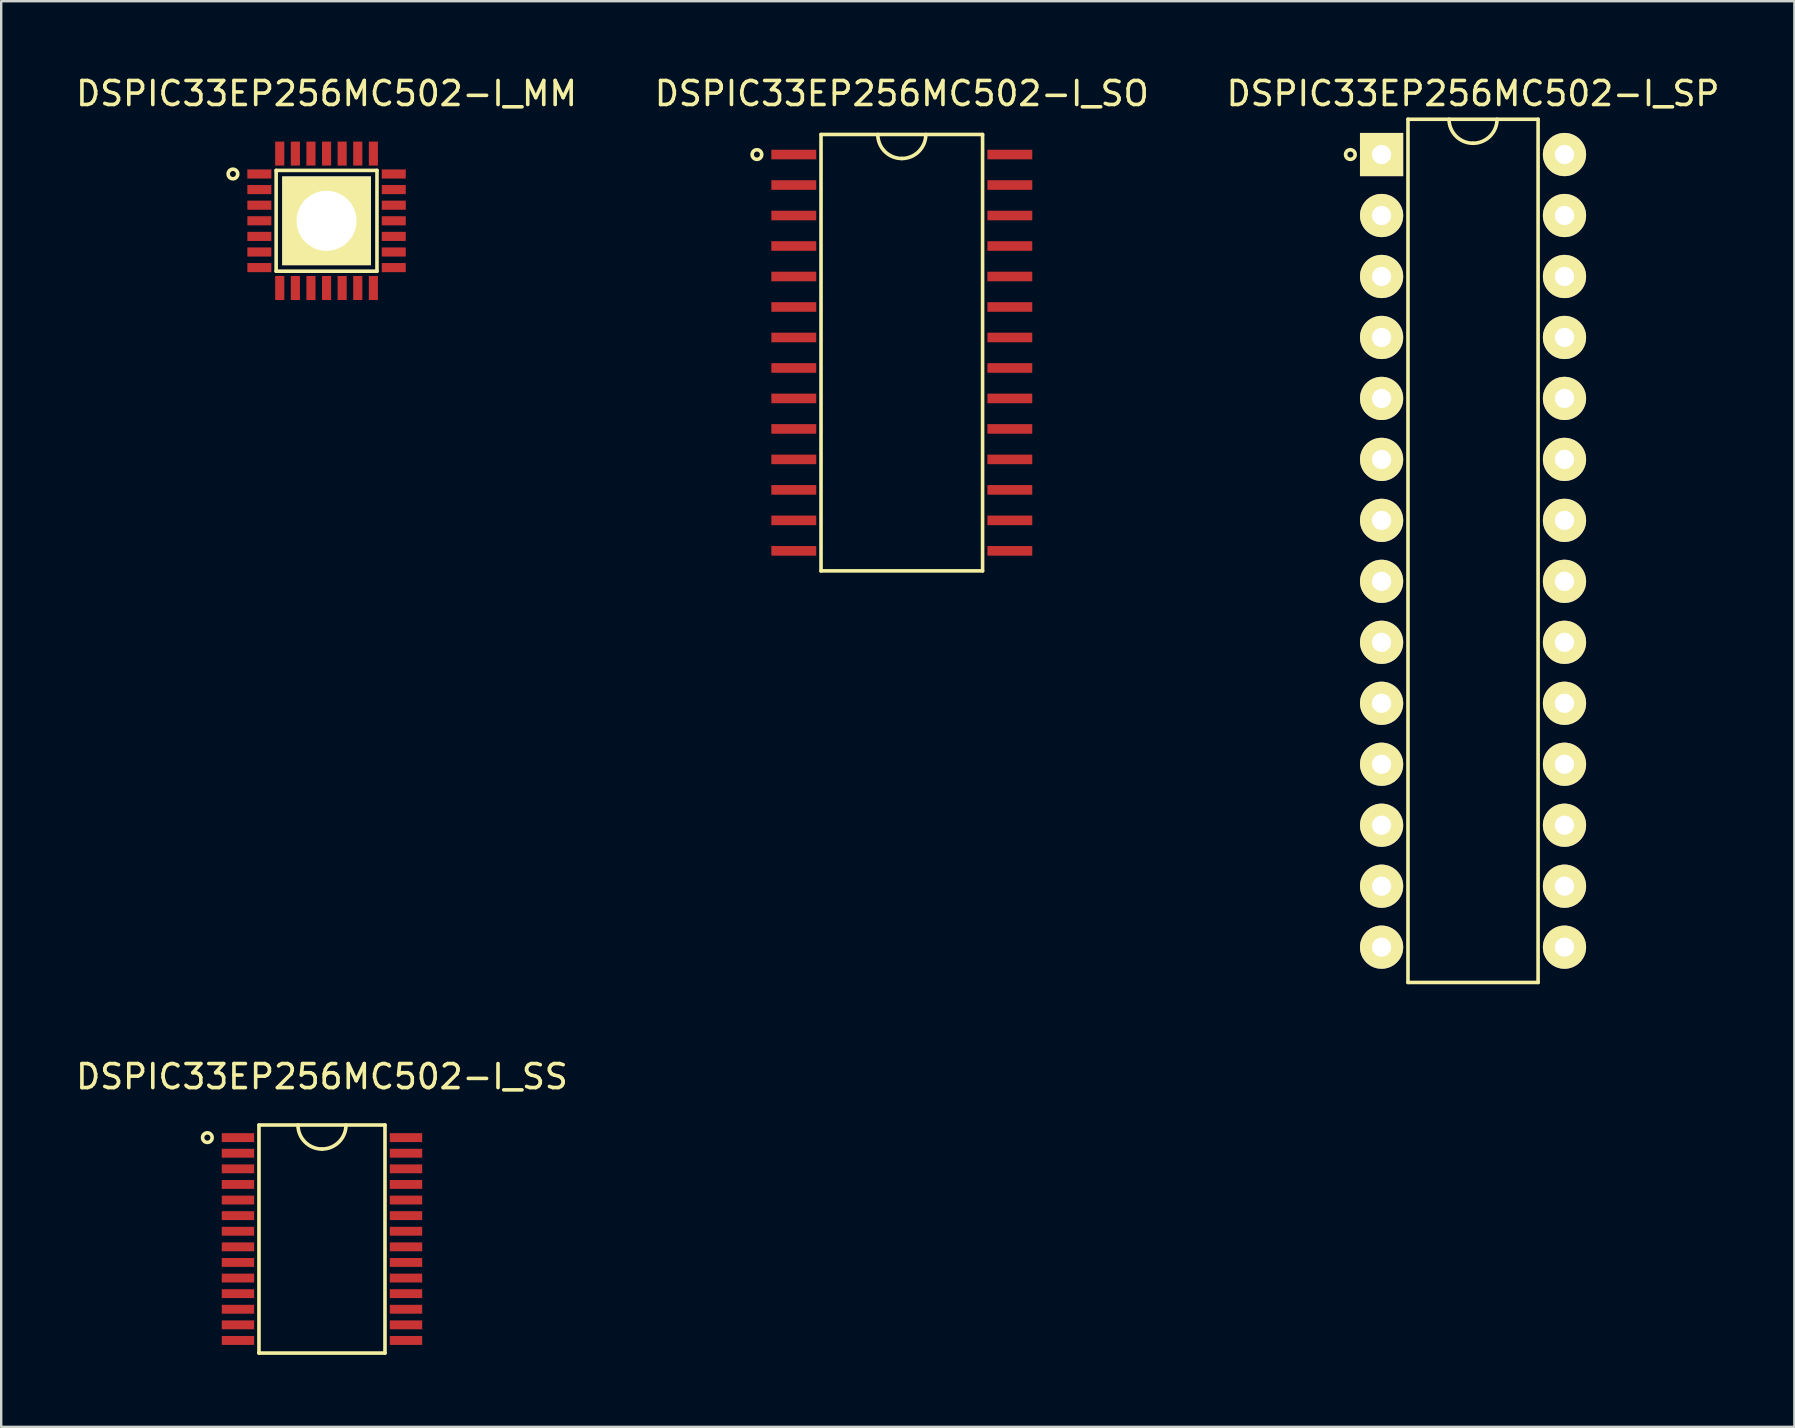
<source format=kicad_pcb>
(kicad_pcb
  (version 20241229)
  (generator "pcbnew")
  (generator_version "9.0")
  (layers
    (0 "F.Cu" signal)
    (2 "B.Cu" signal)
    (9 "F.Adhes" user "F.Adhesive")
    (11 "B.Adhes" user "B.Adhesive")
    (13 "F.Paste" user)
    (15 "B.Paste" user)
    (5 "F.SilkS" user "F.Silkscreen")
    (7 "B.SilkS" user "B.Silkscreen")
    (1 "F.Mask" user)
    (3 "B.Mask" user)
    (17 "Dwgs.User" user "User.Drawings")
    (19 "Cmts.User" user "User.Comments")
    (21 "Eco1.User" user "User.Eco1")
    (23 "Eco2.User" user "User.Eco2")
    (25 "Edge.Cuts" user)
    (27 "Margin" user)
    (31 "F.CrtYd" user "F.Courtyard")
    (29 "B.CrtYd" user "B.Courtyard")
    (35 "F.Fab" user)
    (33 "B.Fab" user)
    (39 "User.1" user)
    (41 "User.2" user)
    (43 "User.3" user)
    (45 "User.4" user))
  (footprint "DSPIC33EP256MC502-I_SO"
    (layer "F.Cu")
    (at 30.018 3.388)
    (property "Reference" "DSPIC33EP256MC502-I_SO" (at 4.5 -2.54 0) (layer "F.SilkS") (effects (font (size 1 1) (thickness 0.15))))
    (attr through_hole)
    (fp_line (start 1.135 -0.835) (end 7.865 -0.835) (stroke (width 0.15) (type solid)) (layer "F.SilkS"))
    (fp_line (start 1.135 17.345) (end 1.135 -0.835) (stroke (width 0.15) (type solid)) (layer "F.SilkS"))
    (fp_line (start 7.865 -0.835) (end 7.865 17.345) (stroke (width 0.15) (type solid)) (layer "F.SilkS"))
    (fp_line (start 7.865 17.345) (end 1.135 17.345) (stroke (width 0.15) (type solid)) (layer "F.SilkS"))
    (fp_arc (start 4.5 0.165) (mid 3.792893 -0.127893) (end 3.5 -0.835) (stroke (width 0.15) (type solid)) (layer "F.SilkS"))
    (fp_arc (start 5.5 -0.835) (mid 5.207107 -0.127893) (end 4.5 0.165) (stroke (width 0.15) (type solid)) (layer "F.SilkS"))
    (fp_circle (center -1.535 0) (end -1.535 0.2) (stroke (width 0.15) (type solid)) (fill no) (layer "F.SilkS"))
    (pad "1" smd rect (at 0 0) (size 1.87 0.4) (layers "F.Cu" "F.Mask" "F.Paste"))
    (pad "2" smd rect (at 0 1.27) (size 1.87 0.4) (layers "F.Cu" "F.Mask" "F.Paste"))
    (pad "3" smd rect (at 0 2.54) (size 1.87 0.4) (layers "F.Cu" "F.Mask" "F.Paste"))
    (pad "4" smd rect (at 0 3.81) (size 1.87 0.4) (layers "F.Cu" "F.Mask" "F.Paste"))
    (pad "5" smd rect (at 0 5.08) (size 1.87 0.4) (layers "F.Cu" "F.Mask" "F.Paste"))
    (pad "6" smd rect (at 0 6.35) (size 1.87 0.4) (layers "F.Cu" "F.Mask" "F.Paste"))
    (pad "7" smd rect (at 0 7.62) (size 1.87 0.4) (layers "F.Cu" "F.Mask" "F.Paste"))
    (pad "8" smd rect (at 0 8.89) (size 1.87 0.4) (layers "F.Cu" "F.Mask" "F.Paste"))
    (pad "9" smd rect (at 0 10.16) (size 1.87 0.4) (layers "F.Cu" "F.Mask" "F.Paste"))
    (pad "10" smd rect (at 0 11.43) (size 1.87 0.4) (layers "F.Cu" "F.Mask" "F.Paste"))
    (pad "11" smd rect (at 0 12.7) (size 1.87 0.4) (layers "F.Cu" "F.Mask" "F.Paste"))
    (pad "12" smd rect (at 0 13.97) (size 1.87 0.4) (layers "F.Cu" "F.Mask" "F.Paste"))
    (pad "13" smd rect (at 0 15.24) (size 1.87 0.4) (layers "F.Cu" "F.Mask" "F.Paste"))
    (pad "14" smd rect (at 0 16.51) (size 1.87 0.4) (layers "F.Cu" "F.Mask" "F.Paste"))
    (pad "15" smd rect (at 9 16.51) (size 1.87 0.4) (layers "F.Cu" "F.Mask" "F.Paste"))
    (pad "16" smd rect (at 9 15.24) (size 1.87 0.4) (layers "F.Cu" "F.Mask" "F.Paste"))
    (pad "17" smd rect (at 9 13.97) (size 1.87 0.4) (layers "F.Cu" "F.Mask" "F.Paste"))
    (pad "18" smd rect (at 9 12.7) (size 1.87 0.4) (layers "F.Cu" "F.Mask" "F.Paste"))
    (pad "19" smd rect (at 9 11.43) (size 1.87 0.4) (layers "F.Cu" "F.Mask" "F.Paste"))
    (pad "20" smd rect (at 9 10.16) (size 1.87 0.4) (layers "F.Cu" "F.Mask" "F.Paste"))
    (pad "21" smd rect (at 9 8.89) (size 1.87 0.4) (layers "F.Cu" "F.Mask" "F.Paste"))
    (pad "22" smd rect (at 9 7.62) (size 1.87 0.4) (layers "F.Cu" "F.Mask" "F.Paste"))
    (pad "23" smd rect (at 9 6.35) (size 1.87 0.4) (layers "F.Cu" "F.Mask" "F.Paste"))
    (pad "24" smd rect (at 9 5.08) (size 1.87 0.4) (layers "F.Cu" "F.Mask" "F.Paste"))
    (pad "25" smd rect (at 9 3.81) (size 1.87 0.4) (layers "F.Cu" "F.Mask" "F.Paste"))
    (pad "26" smd rect (at 9 2.54) (size 1.87 0.4) (layers "F.Cu" "F.Mask" "F.Paste"))
    (pad "27" smd rect (at 9 1.27) (size 1.87 0.4) (layers "F.Cu" "F.Mask" "F.Paste"))
    (pad "28" smd rect (at 9 0) (size 1.87 0.4) (layers "F.Cu" "F.Mask" "F.Paste")))
  (footprint "DSPIC33EP256MC502-I_MM"
    (layer "F.Cu")
    (at 7.754 3.348)
    (property "Reference" "DSPIC33EP256MC502-I_MM" (at 2.8 -2.5 0) (layer "F.SilkS") (effects (font (size 1 1) (thickness 0.15))))
    (attr through_hole)
    (fp_line (start 0.7 0.7) (end 0.7 4.9) (stroke (width 0.15) (type solid)) (layer "F.SilkS"))
    (fp_line (start 0.7 0.7) (end 4.9 0.7) (stroke (width 0.15) (type solid)) (layer "F.SilkS"))
    (fp_line (start 0.7 4.9) (end 4.9 4.9) (stroke (width 0.15) (type solid)) (layer "F.SilkS"))
    (fp_line (start 4.9 4.9) (end 4.9 0.7) (stroke (width 0.15) (type solid)) (layer "F.SilkS"))
    (fp_circle (center -1.1 0.85) (end -1.1 0.65) (stroke (width 0.15) (type solid)) (fill no) (layer "F.SilkS"))
    (fp_circle (center 1.7 1.7) (end 1.7 1.2) (stroke (width 0.15) (type solid)) (fill no) (layer "F.SilkS"))
    (pad "1" smd rect (at 0 0.85) (size 1 0.38) (layers "F.Cu" "F.Mask" "F.Paste"))
    (pad "2" smd rect (at 0 1.5) (size 1 0.38) (layers "F.Cu" "F.Mask" "F.Paste"))
    (pad "3" smd rect (at 0 2.15) (size 1 0.38) (layers "F.Cu" "F.Mask" "F.Paste"))
    (pad "4" smd rect (at 0 2.8) (size 1 0.38) (layers "F.Cu" "F.Mask" "F.Paste"))
    (pad "5" smd rect (at 0 3.45) (size 1 0.38) (layers "F.Cu" "F.Mask" "F.Paste"))
    (pad "6" smd rect (at 0 4.1) (size 1 0.38) (layers "F.Cu" "F.Mask" "F.Paste"))
    (pad "7" smd rect (at 0 4.75) (size 1 0.38) (layers "F.Cu" "F.Mask" "F.Paste"))
    (pad "8" smd rect (at 0.85 5.6) (size 0.38 1) (layers "F.Cu" "F.Mask" "F.Paste"))
    (pad "9" smd rect (at 1.5 5.6) (size 0.38 1) (layers "F.Cu" "F.Mask" "F.Paste"))
    (pad "10" smd rect (at 2.15 5.6) (size 0.38 1) (layers "F.Cu" "F.Mask" "F.Paste"))
    (pad "11" smd rect (at 2.8 5.6) (size 0.38 1) (layers "F.Cu" "F.Mask" "F.Paste"))
    (pad "12" smd rect (at 3.45 5.6) (size 0.38 1) (layers "F.Cu" "F.Mask" "F.Paste"))
    (pad "13" smd rect (at 4.1 5.6) (size 0.38 1) (layers "F.Cu" "F.Mask" "F.Paste"))
    (pad "14" smd rect (at 4.75 5.6) (size 0.38 1) (layers "F.Cu" "F.Mask" "F.Paste"))
    (pad "15" smd rect (at 5.6 4.75) (size 1 0.38) (layers "F.Cu" "F.Mask" "F.Paste"))
    (pad "16" smd rect (at 5.6 4.1) (size 1 0.38) (layers "F.Cu" "F.Mask" "F.Paste"))
    (pad "17" smd rect (at 5.6 3.45) (size 1 0.38) (layers "F.Cu" "F.Mask" "F.Paste"))
    (pad "18" smd rect (at 5.6 2.8) (size 1 0.38) (layers "F.Cu" "F.Mask" "F.Paste"))
    (pad "19" smd rect (at 5.6 2.15) (size 1 0.38) (layers "F.Cu" "F.Mask" "F.Paste"))
    (pad "20" smd rect (at 5.6 1.5) (size 1 0.38) (layers "F.Cu" "F.Mask" "F.Paste"))
    (pad "21" smd rect (at 5.6 0.85) (size 1 0.38) (layers "F.Cu" "F.Mask" "F.Paste"))
    (pad "22" smd rect (at 4.75 0) (size 0.38 1) (layers "F.Cu" "F.Mask" "F.Paste"))
    (pad "23" smd rect (at 4.1 0) (size 0.38 1) (layers "F.Cu" "F.Mask" "F.Paste"))
    (pad "24" smd rect (at 3.45 0) (size 0.38 1) (layers "F.Cu" "F.Mask" "F.Paste"))
    (pad "25" smd rect (at 2.8 0) (size 0.38 1) (layers "F.Cu" "F.Mask" "F.Paste"))
    (pad "26" smd rect (at 2.15 0) (size 0.38 1) (layers "F.Cu" "F.Mask" "F.Paste"))
    (pad "27" smd rect (at 1.5 0) (size 0.38 1) (layers "F.Cu" "F.Mask" "F.Paste"))
    (pad "28" smd rect (at 0.85 0) (size 0.38 1) (layers "F.Cu" "F.Mask" "F.Paste"))
    (pad "999" thru_hole rect (at 2.8 2.8) (size 3.7 3.7) (drill 2.5) (layers "*.Cu" "*.Mask" "F.SilkS")))
  (footprint "DSPIC33EP256MC502-I_SP"
    (layer "F.Cu")
    (at 54.505 3.388)
    (property "Reference" "DSPIC33EP256MC502-I_SP" (at 3.81 -2.54 0) (layer "F.SilkS") (effects (font (size 1 1) (thickness 0.15))))
    (attr through_hole)
    (fp_line (start 1.1 -1.47) (end 6.52 -1.47) (stroke (width 0.15) (type solid)) (layer "F.SilkS"))
    (fp_line (start 1.1 34.49) (end 1.1 -1.47) (stroke (width 0.15) (type solid)) (layer "F.SilkS"))
    (fp_line (start 6.52 -1.47) (end 6.52 34.49) (stroke (width 0.15) (type solid)) (layer "F.SilkS"))
    (fp_line (start 6.52 34.49) (end 1.1 34.49) (stroke (width 0.15) (type solid)) (layer "F.SilkS"))
    (fp_arc (start 3.81 -0.47) (mid 3.102893 -0.762893) (end 2.81 -1.47) (stroke (width 0.15) (type solid)) (layer "F.SilkS"))
    (fp_arc (start 4.81 -1.47) (mid 4.517107 -0.762893) (end 3.81 -0.47) (stroke (width 0.15) (type solid)) (layer "F.SilkS"))
    (fp_circle (center -1.3 0) (end -1.3 0.2) (stroke (width 0.15) (type solid)) (fill no) (layer "F.SilkS"))
    (pad "1" thru_hole rect (at 0 0) (size 1.8 1.8) (drill 0.8) (layers "*.Cu" "*.Mask" "F.SilkS"))
    (pad "2" thru_hole circle (at 0 2.54) (size 1.8 1.8) (drill 0.8) (layers "*.Cu" "*.Mask" "F.SilkS"))
    (pad "3" thru_hole circle (at 0 5.08) (size 1.8 1.8) (drill 0.8) (layers "*.Cu" "*.Mask" "F.SilkS"))
    (pad "4" thru_hole circle (at 0 7.62) (size 1.8 1.8) (drill 0.8) (layers "*.Cu" "*.Mask" "F.SilkS"))
    (pad "5" thru_hole circle (at 0 10.16) (size 1.8 1.8) (drill 0.8) (layers "*.Cu" "*.Mask" "F.SilkS"))
    (pad "6" thru_hole circle (at 0 12.7) (size 1.8 1.8) (drill 0.8) (layers "*.Cu" "*.Mask" "F.SilkS"))
    (pad "7" thru_hole circle (at 0 15.24) (size 1.8 1.8) (drill 0.8) (layers "*.Cu" "*.Mask" "F.SilkS"))
    (pad "8" thru_hole circle (at 0 17.78) (size 1.8 1.8) (drill 0.8) (layers "*.Cu" "*.Mask" "F.SilkS"))
    (pad "9" thru_hole circle (at 0 20.32) (size 1.8 1.8) (drill 0.8) (layers "*.Cu" "*.Mask" "F.SilkS"))
    (pad "10" thru_hole circle (at 0 22.86) (size 1.8 1.8) (drill 0.8) (layers "*.Cu" "*.Mask" "F.SilkS"))
    (pad "11" thru_hole circle (at 0 25.4) (size 1.8 1.8) (drill 0.8) (layers "*.Cu" "*.Mask" "F.SilkS"))
    (pad "12" thru_hole circle (at 0 27.94) (size 1.8 1.8) (drill 0.8) (layers "*.Cu" "*.Mask" "F.SilkS"))
    (pad "13" thru_hole circle (at 0 30.48) (size 1.8 1.8) (drill 0.8) (layers "*.Cu" "*.Mask" "F.SilkS"))
    (pad "14" thru_hole circle (at 0 33.02) (size 1.8 1.8) (drill 0.8) (layers "*.Cu" "*.Mask" "F.SilkS"))
    (pad "15" thru_hole circle (at 7.62 33.02) (size 1.8 1.8) (drill 0.8) (layers "*.Cu" "*.Mask" "F.SilkS"))
    (pad "16" thru_hole circle (at 7.62 30.48) (size 1.8 1.8) (drill 0.8) (layers "*.Cu" "*.Mask" "F.SilkS"))
    (pad "17" thru_hole circle (at 7.62 27.94) (size 1.8 1.8) (drill 0.8) (layers "*.Cu" "*.Mask" "F.SilkS"))
    (pad "18" thru_hole circle (at 7.62 25.4) (size 1.8 1.8) (drill 0.8) (layers "*.Cu" "*.Mask" "F.SilkS"))
    (pad "19" thru_hole circle (at 7.62 22.86) (size 1.8 1.8) (drill 0.8) (layers "*.Cu" "*.Mask" "F.SilkS"))
    (pad "20" thru_hole circle (at 7.62 20.32) (size 1.8 1.8) (drill 0.8) (layers "*.Cu" "*.Mask" "F.SilkS"))
    (pad "21" thru_hole circle (at 7.62 17.78) (size 1.8 1.8) (drill 0.8) (layers "*.Cu" "*.Mask" "F.SilkS"))
    (pad "22" thru_hole circle (at 7.62 15.24) (size 1.8 1.8) (drill 0.8) (layers "*.Cu" "*.Mask" "F.SilkS"))
    (pad "23" thru_hole circle (at 7.62 12.7) (size 1.8 1.8) (drill 0.8) (layers "*.Cu" "*.Mask" "F.SilkS"))
    (pad "24" thru_hole circle (at 7.62 10.16) (size 1.8 1.8) (drill 0.8) (layers "*.Cu" "*.Mask" "F.SilkS"))
    (pad "25" thru_hole circle (at 7.62 7.62) (size 1.8 1.8) (drill 0.8) (layers "*.Cu" "*.Mask" "F.SilkS"))
    (pad "26" thru_hole circle (at 7.62 5.08) (size 1.8 1.8) (drill 0.8) (layers "*.Cu" "*.Mask" "F.SilkS"))
    (pad "27" thru_hole circle (at 7.62 2.54) (size 1.8 1.8) (drill 0.8) (layers "*.Cu" "*.Mask" "F.SilkS"))
    (pad "28" thru_hole circle (at 7.62 0) (size 1.8 1.8) (drill 0.8) (layers "*.Cu" "*.Mask" "F.SilkS")))
  (footprint "DSPIC33EP256MC502-I_SS"
    (layer "F.Cu")
    (at 6.863 44.342)
    (property "Reference" "DSPIC33EP256MC502-I_SS" (at 3.5 -2.54 0) (layer "F.SilkS") (effects (font (size 1 1) (thickness 0.15))))
    (attr through_hole)
    (fp_line (start 0.875 -0.525) (end 6.125 -0.525) (stroke (width 0.15) (type solid)) (layer "F.SilkS"))
    (fp_line (start 0.875 8.975) (end 0.875 -0.525) (stroke (width 0.15) (type solid)) (layer "F.SilkS"))
    (fp_line (start 6.125 -0.525) (end 6.125 8.975) (stroke (width 0.15) (type solid)) (layer "F.SilkS"))
    (fp_line (start 6.125 8.975) (end 0.875 8.975) (stroke (width 0.15) (type solid)) (layer "F.SilkS"))
    (fp_arc (start 3.5 0.475) (mid 2.792893 0.182107) (end 2.5 -0.525) (stroke (width 0.15) (type solid)) (layer "F.SilkS"))
    (fp_arc (start 4.5 -0.525) (mid 4.207107 0.182107) (end 3.5 0.475) (stroke (width 0.15) (type solid)) (layer "F.SilkS"))
    (fp_circle (center -1.275 0) (end -1.275 0.2) (stroke (width 0.15) (type solid)) (fill no) (layer "F.SilkS"))
    (pad "1" smd rect (at 0 0) (size 1.35 0.37) (layers "F.Cu" "F.Mask" "F.Paste"))
    (pad "2" smd rect (at 0 0.65) (size 1.35 0.37) (layers "F.Cu" "F.Mask" "F.Paste"))
    (pad "3" smd rect (at 0 1.3) (size 1.35 0.37) (layers "F.Cu" "F.Mask" "F.Paste"))
    (pad "4" smd rect (at 0 1.95) (size 1.35 0.37) (layers "F.Cu" "F.Mask" "F.Paste"))
    (pad "5" smd rect (at 0 2.6) (size 1.35 0.37) (layers "F.Cu" "F.Mask" "F.Paste"))
    (pad "6" smd rect (at 0 3.25) (size 1.35 0.37) (layers "F.Cu" "F.Mask" "F.Paste"))
    (pad "7" smd rect (at 0 3.9) (size 1.35 0.37) (layers "F.Cu" "F.Mask" "F.Paste"))
    (pad "8" smd rect (at 0 4.55) (size 1.35 0.37) (layers "F.Cu" "F.Mask" "F.Paste"))
    (pad "9" smd rect (at 0 5.2) (size 1.35 0.37) (layers "F.Cu" "F.Mask" "F.Paste"))
    (pad "10" smd rect (at 0 5.85) (size 1.35 0.37) (layers "F.Cu" "F.Mask" "F.Paste"))
    (pad "11" smd rect (at 0 6.5) (size 1.35 0.37) (layers "F.Cu" "F.Mask" "F.Paste"))
    (pad "12" smd rect (at 0 7.15) (size 1.35 0.37) (layers "F.Cu" "F.Mask" "F.Paste"))
    (pad "13" smd rect (at 0 7.8) (size 1.35 0.37) (layers "F.Cu" "F.Mask" "F.Paste"))
    (pad "14" smd rect (at 0 8.45) (size 1.35 0.37) (layers "F.Cu" "F.Mask" "F.Paste"))
    (pad "15" smd rect (at 7 8.45) (size 1.35 0.37) (layers "F.Cu" "F.Mask" "F.Paste"))
    (pad "16" smd rect (at 7 7.8) (size 1.35 0.37) (layers "F.Cu" "F.Mask" "F.Paste"))
    (pad "17" smd rect (at 7 7.15) (size 1.35 0.37) (layers "F.Cu" "F.Mask" "F.Paste"))
    (pad "18" smd rect (at 7 6.5) (size 1.35 0.37) (layers "F.Cu" "F.Mask" "F.Paste"))
    (pad "19" smd rect (at 7 5.85) (size 1.35 0.37) (layers "F.Cu" "F.Mask" "F.Paste"))
    (pad "20" smd rect (at 7 5.2) (size 1.35 0.37) (layers "F.Cu" "F.Mask" "F.Paste"))
    (pad "21" smd rect (at 7 4.55) (size 1.35 0.37) (layers "F.Cu" "F.Mask" "F.Paste"))
    (pad "22" smd rect (at 7 3.9) (size 1.35 0.37) (layers "F.Cu" "F.Mask" "F.Paste"))
    (pad "23" smd rect (at 7 3.25) (size 1.35 0.37) (layers "F.Cu" "F.Mask" "F.Paste"))
    (pad "24" smd rect (at 7 2.6) (size 1.35 0.37) (layers "F.Cu" "F.Mask" "F.Paste"))
    (pad "25" smd rect (at 7 1.95) (size 1.35 0.37) (layers "F.Cu" "F.Mask" "F.Paste"))
    (pad "26" smd rect (at 7 1.3) (size 1.35 0.37) (layers "F.Cu" "F.Mask" "F.Paste"))
    (pad "27" smd rect (at 7 0.65) (size 1.35 0.37) (layers "F.Cu" "F.Mask" "F.Paste"))
    (pad "28" smd rect (at 7 0) (size 1.35 0.37) (layers "F.Cu" "F.Mask" "F.Paste")))
  (gr_rect
    (start -3 -3)
    (end 71.702 56.392)
    (stroke (width 0.1) (type default))
    (fill no)
    (layer "Edge.Cuts")))
</source>
